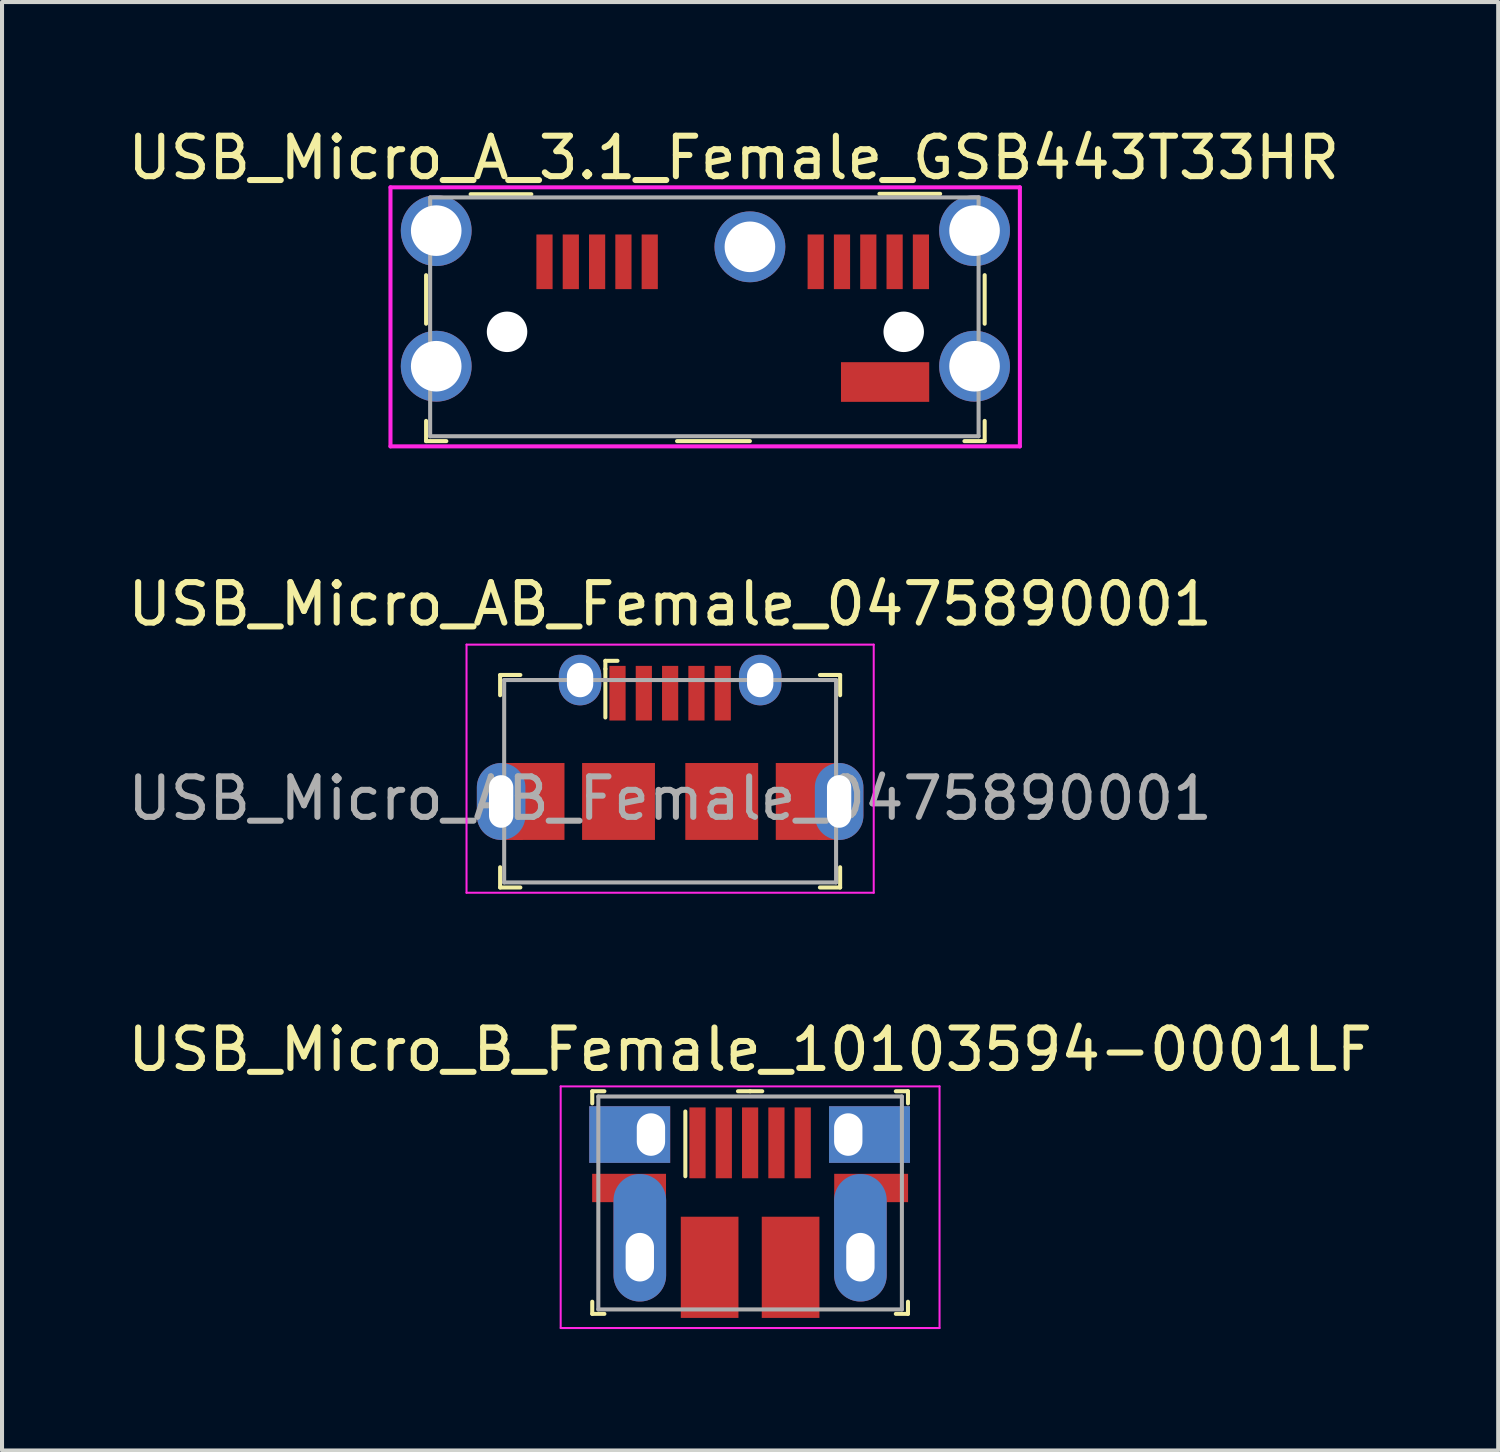
<source format=kicad_pcb>
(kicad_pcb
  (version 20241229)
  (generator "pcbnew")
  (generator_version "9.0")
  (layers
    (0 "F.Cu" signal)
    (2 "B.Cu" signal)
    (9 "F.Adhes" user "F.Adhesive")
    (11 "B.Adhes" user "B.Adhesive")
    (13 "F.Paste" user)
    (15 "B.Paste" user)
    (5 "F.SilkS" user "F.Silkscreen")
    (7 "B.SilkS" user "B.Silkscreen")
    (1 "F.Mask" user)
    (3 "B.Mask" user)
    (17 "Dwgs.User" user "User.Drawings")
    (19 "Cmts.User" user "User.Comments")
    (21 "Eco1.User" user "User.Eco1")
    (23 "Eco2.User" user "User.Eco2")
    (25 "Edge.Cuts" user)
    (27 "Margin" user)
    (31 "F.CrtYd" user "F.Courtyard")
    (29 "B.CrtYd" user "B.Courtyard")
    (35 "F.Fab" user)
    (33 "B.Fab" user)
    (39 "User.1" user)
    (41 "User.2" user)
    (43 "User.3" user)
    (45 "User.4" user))
  (footprint "USB_Micro_A_3.1_Female_GSB443T33HR"
    (layer "F.Cu")
    (at 15.477 3.048)
    (property "Reference" "USB_Micro_A_3.1_Female_GSB443T33HR" (at -0.4 -2.2 0) (layer "F.SilkS") (effects (font (size 1 1) (thickness 0.15))))
    (attr through_hole)
    (fp_line (start -8 0.7) (end -8 1.9) (stroke (width 0.1) (type solid)) (layer "F.SilkS"))
    (fp_line (start -8 4.8) (end -8 4.3) (stroke (width 0.1) (type solid)) (layer "F.SilkS"))
    (fp_line (start -8 4.8) (end -7.5 4.8) (stroke (width 0.1) (type solid)) (layer "F.SilkS"))
    (fp_line (start -6.9 -1.3) (end -5.4 -1.3) (stroke (width 0.1) (type solid)) (layer "F.SilkS"))
    (fp_line (start -1.8 4.8) (end 0 4.8) (stroke (width 0.1) (type solid)) (layer "F.SilkS"))
    (fp_line (start 4.7 -1.31) (end 3.2 -1.31) (stroke (width 0.1) (type solid)) (layer "F.SilkS"))
    (fp_line (start 5.8 0.7) (end 5.8 1.9) (stroke (width 0.1) (type solid)) (layer "F.SilkS"))
    (fp_line (start 5.8 4.8) (end 5.3 4.8) (stroke (width 0.1) (type solid)) (layer "F.SilkS"))
    (fp_line (start 5.8 4.8) (end 5.8 4.3) (stroke (width 0.1) (type solid)) (layer "F.SilkS"))
    (fp_line (start -8.88 -1.47) (end -8.88 4.93) (stroke (width 0.1) (type solid)) (layer "F.CrtYd"))
    (fp_line (start 6.67 -1.47) (end -8.88 -1.47) (stroke (width 0.1) (type solid)) (layer "F.CrtYd"))
    (fp_line (start 6.67 -1.47) (end 6.67 4.93) (stroke (width 0.1) (type solid)) (layer "F.CrtYd"))
    (fp_line (start 6.67 4.93) (end -8.88 4.93) (stroke (width 0.1) (type solid)) (layer "F.CrtYd"))
    (fp_line (start -7.9 -1.22) (end -7.9 4.68) (stroke (width 0.1) (type solid)) (layer "F.Fab"))
    (fp_line (start -7.9 -1.22) (end 5.65 -1.22) (stroke (width 0.1) (type solid)) (layer "F.Fab"))
    (fp_line (start -7.9 4.68) (end 5.65 4.68) (stroke (width 0.1) (type solid)) (layer "F.Fab"))
    (fp_line (start 5.65 -1.22) (end 5.65 4.68) (stroke (width 0.1) (type solid)) (layer "F.Fab"))
    (pad "" np_thru_hole circle (at -6 2.1) (size 1 1) (drill 1) (layers "*.Cu" "*.Mask"))
    (pad "" np_thru_hole circle (at 3.8 2.1) (size 1 1) (drill 1) (layers "*.Cu" "*.Mask"))
    (pad "1" smd rect (at -5.075 0.37) (size 0.4 1.35) (layers "F.Cu" "F.Mask" "F.Paste"))
    (pad "2" smd rect (at -4.425 0.37) (size 0.4 1.35) (layers "F.Cu" "F.Mask" "F.Paste"))
    (pad "3" smd rect (at -3.775 0.37) (size 0.4 1.35) (layers "F.Cu" "F.Mask" "F.Paste"))
    (pad "4" smd rect (at -3.125 0.37) (size 0.4 1.35) (layers "F.Cu" "F.Mask" "F.Paste"))
    (pad "5" smd rect (at -2.475 0.37) (size 0.4 1.35) (layers "F.Cu" "F.Mask" "F.Paste"))
    (pad "6" smd rect (at 1.625 0.37) (size 0.4 1.35) (layers "F.Cu" "F.Mask" "F.Paste"))
    (pad "7" smd rect (at 2.275 0.37) (size 0.4 1.35) (layers "F.Cu" "F.Mask" "F.Paste"))
    (pad "8" smd rect (at 2.925 0.37) (size 0.4 1.35) (layers "F.Cu" "F.Mask" "F.Paste"))
    (pad "9" smd rect (at 3.575 0.37) (size 0.4 1.35) (layers "F.Cu" "F.Mask" "F.Paste"))
    (pad "10" smd rect (at 4.225 0.37) (size 0.4 1.35) (layers "F.Cu" "F.Mask" "F.Paste"))
    (pad "SH" thru_hole circle (at -7.75 -0.4) (size 1.75 1.75) (drill 1.25) (layers "*.Cu" "*.Mask"))
    (pad "SH" thru_hole circle (at -7.75 2.95) (size 1.75 1.75) (drill 1.25) (layers "*.Cu" "*.Mask"))
    (pad "SH" thru_hole circle (at 0 0) (size 1.75 1.75) (drill 1.25) (layers "*.Cu" "*.Mask"))
    (pad "SH" smd rect (at 3.34 3.34) (size 2.18 0.98) (layers "F.Cu" "F.Mask" "F.Paste"))
    (pad "SH" thru_hole circle (at 5.55 -0.4) (size 1.75 1.75) (drill 1.25) (layers "*.Cu" "*.Mask"))
    (pad "SH" thru_hole circle (at 5.55 2.95) (size 1.75 1.75) (drill 1.25) (layers "*.Cu" "*.Mask")))
  (footprint "USB_Micro_B_Female_10103594-0001LF"
    (layer "F.Cu")
    (at 15.482 28.01)
    (property "Reference" "USB_Micro_B_Female_10103594-0001LF" (at 0 -5.13 0) (layer "F.SilkS") (effects (font (size 1 1) (thickness 0.15))))
    (attr smd)
    (fp_line (start -3.9 -4.1) (end -3.9 -3.8) (stroke (width 0.1) (type solid)) (layer "F.SilkS"))
    (fp_line (start -3.9 -4.1) (end -3.6 -4.1) (stroke (width 0.1) (type solid)) (layer "F.SilkS"))
    (fp_line (start -3.9 1.4) (end -3.9 1.1) (stroke (width 0.1) (type solid)) (layer "F.SilkS"))
    (fp_line (start -3.9 1.4) (end -3.6 1.4) (stroke (width 0.1) (type solid)) (layer "F.SilkS"))
    (fp_line (start -1.6 -3.6) (end -1.6 -2) (stroke (width 0.1) (type solid)) (layer "F.SilkS"))
    (fp_line (start 0 -4.1) (end -0.3 -4.1) (stroke (width 0.1) (type solid)) (layer "F.SilkS"))
    (fp_line (start 0 -4.1) (end 0.3 -4.1) (stroke (width 0.1) (type solid)) (layer "F.SilkS"))
    (fp_line (start 3.9 -4.1) (end 3.6 -4.1) (stroke (width 0.1) (type solid)) (layer "F.SilkS"))
    (fp_line (start 3.9 -4.1) (end 3.9 -3.8) (stroke (width 0.1) (type solid)) (layer "F.SilkS"))
    (fp_line (start 3.9 1.4) (end 3.6 1.4) (stroke (width 0.1) (type solid)) (layer "F.SilkS"))
    (fp_line (start 3.9 1.4) (end 3.9 1.1) (stroke (width 0.1) (type solid)) (layer "F.SilkS"))
    (fp_line (start -4.68 -4.22) (end 4.68 -4.22) (stroke (width 0.05) (type solid)) (layer "F.CrtYd"))
    (fp_line (start -4.68 1.75) (end -4.68 -4.22) (stroke (width 0.05) (type solid)) (layer "F.CrtYd"))
    (fp_line (start -4.68 1.75) (end 4.68 1.75) (stroke (width 0.05) (type solid)) (layer "F.CrtYd"))
    (fp_line (start 4.68 1.75) (end 4.68 -4.22) (stroke (width 0.05) (type solid)) (layer "F.CrtYd"))
    (fp_line (start -3.75 -3.97) (end -3.75 1.29) (stroke (width 0.1) (type solid)) (layer "F.Fab"))
    (fp_line (start -3.75 -3.97) (end 3.75 -3.97) (stroke (width 0.1) (type solid)) (layer "F.Fab"))
    (fp_line (start -3.75 1.29) (end 3.75 1.29) (stroke (width 0.1) (type solid)) (layer "F.Fab"))
    (fp_line (start 3.75 -3.97) (end 3.75 1.29) (stroke (width 0.1) (type solid)) (layer "F.Fab"))
    (pad "1" smd rect (at -1.3 -2.825) (size 0.4 1.75) (layers "F.Cu" "F.Mask" "F.Paste"))
    (pad "2" smd rect (at -0.65 -2.825) (size 0.4 1.75) (layers "F.Cu" "F.Mask" "F.Paste"))
    (pad "3" smd rect (at 0 -2.825) (size 0.4 1.75) (layers "F.Cu" "F.Mask" "F.Paste"))
    (pad "4" smd rect (at 0.65 -2.825) (size 0.4 1.75) (layers "F.Cu" "F.Mask" "F.Paste"))
    (pad "5" smd rect (at 1.3 -2.825) (size 0.4 1.75) (layers "F.Cu" "F.Mask" "F.Paste"))
    (pad "SH" smd rect (at -2.99 -1.71) (size 1.825 0.7) (layers "F.Cu" "F.Mask" "F.Paste"))
    (pad "SH" thru_hole oval (at -2.725 0) (size 1.3 3.15) (drill oval 0.7 1.2 (offset 0 -0.48)) (layers "*.Cu" "*.Mask"))
    (pad "SH" thru_hole rect (at -2.45 -3.03) (size 2 1.4) (drill oval 0.7 1.05 (offset -0.525 0)) (layers "*.Cu" "*.Mask"))
    (pad "SH" smd rect (at -1 0.25) (size 1.425 2.5) (layers "F.Cu" "F.Mask" "F.Paste"))
    (pad "SH" smd rect (at 1 0.25) (size 1.425 2.5) (layers "F.Cu" "F.Mask" "F.Paste"))
    (pad "SH" thru_hole rect (at 2.425 -3.03) (size 2 1.4) (drill oval 0.7 1.05 (offset 0.525 0)) (layers "*.Cu" "*.Mask"))
    (pad "SH" thru_hole oval (at 2.725 0) (size 1.3 3.15) (drill oval 0.7 1.2 (offset 0 -0.48)) (layers "*.Cu" "*.Mask"))
    (pad "SH" smd rect (at 2.99 -1.71) (size 1.825 0.7) (layers "F.Cu" "F.Mask" "F.Paste")))
  (footprint "USB_Micro_AB_Female_0475890001"
    (layer "F.Cu")
    (at 13.506 14.076)
    (property "Reference" "USB_Micro_AB_Female_0475890001" (at 0 -2.2 0) (layer "F.SilkS") (effects (font (size 1 1) (thickness 0.15))))
    (attr through_hole)
    (fp_line (start -4.2 -0.45) (end -4.2 0.05) (stroke (width 0.1) (type solid)) (layer "F.SilkS"))
    (fp_line (start -4.2 4.8) (end -4.2 4.3) (stroke (width 0.1) (type solid)) (layer "F.SilkS"))
    (fp_line (start -4.2 4.8) (end -3.7 4.8) (stroke (width 0.1) (type solid)) (layer "F.SilkS"))
    (fp_line (start -3.7 -0.45) (end -4.2 -0.45) (stroke (width 0.1) (type solid)) (layer "F.SilkS"))
    (fp_line (start -1.6 -0.8) (end -1.3 -0.8) (stroke (width 0.1) (type solid)) (layer "F.SilkS"))
    (fp_line (start -1.6 -0.6) (end -1.6 -0.8) (stroke (width 0.1) (type solid)) (layer "F.SilkS"))
    (fp_line (start -1.6 -0.6) (end -1.6 0.6) (stroke (width 0.1) (type solid)) (layer "F.SilkS"))
    (fp_line (start 3.7 4.8) (end 4.2 4.8) (stroke (width 0.1) (type solid)) (layer "F.SilkS"))
    (fp_line (start 4.2 -0.45) (end 3.7 -0.45) (stroke (width 0.1) (type solid)) (layer "F.SilkS"))
    (fp_line (start 4.2 -0.45) (end 4.2 0.05) (stroke (width 0.1) (type solid)) (layer "F.SilkS"))
    (fp_line (start 4.2 4.8) (end 4.2 4.3) (stroke (width 0.1) (type solid)) (layer "F.SilkS"))
    (fp_line (start -5.03 -1.2) (end -5.03 4.93) (stroke (width 0.05) (type solid)) (layer "F.CrtYd"))
    (fp_line (start -5.03 -1.2) (end 5.03 -1.2) (stroke (width 0.05) (type solid)) (layer "F.CrtYd"))
    (fp_line (start -5.03 4.93) (end 5.03 4.93) (stroke (width 0.05) (type solid)) (layer "F.CrtYd"))
    (fp_line (start 5.03 -1.2) (end 5.03 4.93) (stroke (width 0.05) (type solid)) (layer "F.CrtYd"))
    (fp_line (start -4.1 -0.325) (end -4.1 4.675) (stroke (width 0.1) (type solid)) (layer "F.Fab"))
    (fp_line (start 4.1 -0.325) (end -4.1 -0.325) (stroke (width 0.1) (type solid)) (layer "F.Fab"))
    (fp_line (start 4.1 -0.325) (end 4.1 4.675) (stroke (width 0.1) (type solid)) (layer "F.Fab"))
    (fp_line (start 4.1 4.675) (end -4.1 4.675) (stroke (width 0.1) (type solid)) (layer "F.Fab"))
    (fp_text user "${REFERENCE}" (at 0 2.6 0) (layer "F.Fab") (effects (font (size 1 1) (thickness 0.15))))
    (pad "1" smd rect (at -1.3 0 270) (size 1.35 0.4) (layers "F.Cu" "F.Mask" "F.Paste"))
    (pad "2" smd rect (at -0.65 0 270) (size 1.35 0.4) (layers "F.Cu" "F.Mask" "F.Paste"))
    (pad "3" smd rect (at 0 0 270) (size 1.35 0.4) (layers "F.Cu" "F.Mask" "F.Paste"))
    (pad "4" smd rect (at 0.65 0 270) (size 1.35 0.4) (layers "F.Cu" "F.Mask" "F.Paste"))
    (pad "5" smd rect (at 1.3 0 270) (size 1.35 0.4) (layers "F.Cu" "F.Mask" "F.Paste"))
    (pad "6" smd rect (at -3.89 1.775 270) (size 0.1 0.5) (layers "F.Cu" "F.Mask" "F.Paste"))
    (pad "6" smd rect (at -3.89 3.575 270) (size 0.1 0.5) (layers "F.Cu" "F.Mask" "F.Paste"))
    (pad "6" smd rect (at 3.89 1.775 270) (size 0.1 0.5) (layers "F.Cu" "F.Mask" "F.Paste"))
    (pad "6" smd rect (at 3.9 3.575 270) (size 0.1 0.5) (layers "F.Cu" "F.Mask" "F.Paste"))
    (pad "SH" thru_hole oval (at -4.175 2.675 270) (size 1.9 1.2) (drill oval 1.3 0.6) (layers "*.Cu" "*.Mask"))
    (pad "SH" smd rect (at -3.24 2.675 270) (size 1.9 1.26) (layers "F.Cu" "F.Mask" "F.Paste"))
    (pad "SH" thru_hole oval (at -2.225 -0.325 270) (size 1.25 1.05) (drill oval 0.85 0.65) (layers "*.Cu" "*.Mask"))
    (pad "SH" smd rect (at -1.275 2.675 270) (size 1.9 1.8) (layers "F.Cu" "F.Mask" "F.Paste"))
    (pad "SH" smd rect (at 1.275 2.675 270) (size 1.9 1.8) (layers "F.Cu" "F.Mask" "F.Paste"))
    (pad "SH" thru_hole oval (at 2.225 -0.325 270) (size 1.25 1.05) (drill oval 0.85 0.65) (layers "*.Cu" "*.Mask"))
    (pad "SH" smd rect (at 3.24 2.675 270) (size 1.9 1.26) (layers "F.Cu" "F.Mask" "F.Paste"))
    (pad "SH" thru_hole oval (at 4.175 2.675 270) (size 1.9 1.2) (drill oval 1.3 0.6) (layers "*.Cu" "*.Mask")))
  (gr_rect
    (start -3 -3)
    (end 33.964 32.785)
    (stroke (width 0.1) (type default))
    (fill no)
    (layer "Edge.Cuts")))
</source>
